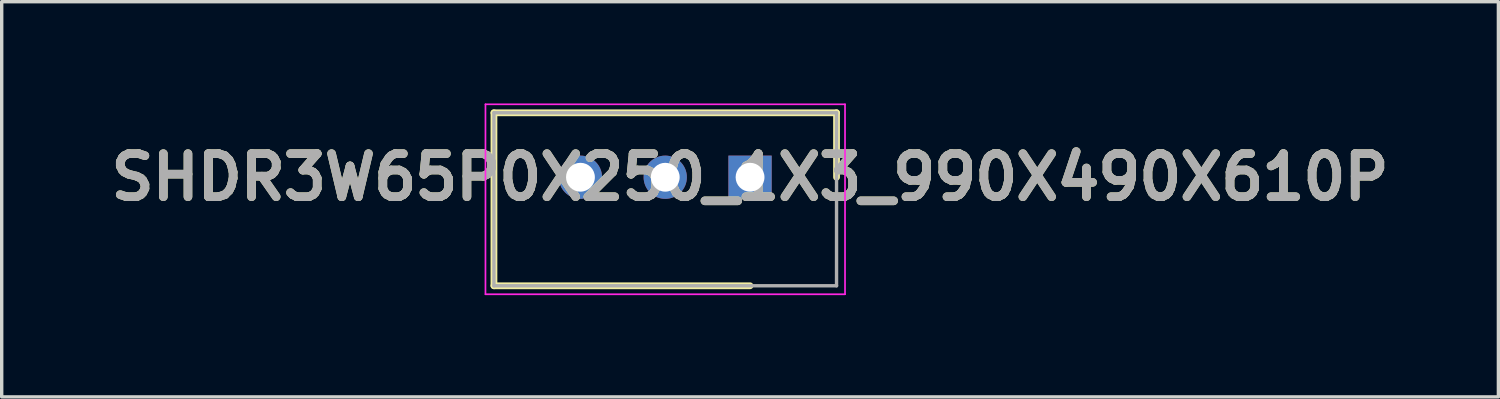
<source format=kicad_pcb>
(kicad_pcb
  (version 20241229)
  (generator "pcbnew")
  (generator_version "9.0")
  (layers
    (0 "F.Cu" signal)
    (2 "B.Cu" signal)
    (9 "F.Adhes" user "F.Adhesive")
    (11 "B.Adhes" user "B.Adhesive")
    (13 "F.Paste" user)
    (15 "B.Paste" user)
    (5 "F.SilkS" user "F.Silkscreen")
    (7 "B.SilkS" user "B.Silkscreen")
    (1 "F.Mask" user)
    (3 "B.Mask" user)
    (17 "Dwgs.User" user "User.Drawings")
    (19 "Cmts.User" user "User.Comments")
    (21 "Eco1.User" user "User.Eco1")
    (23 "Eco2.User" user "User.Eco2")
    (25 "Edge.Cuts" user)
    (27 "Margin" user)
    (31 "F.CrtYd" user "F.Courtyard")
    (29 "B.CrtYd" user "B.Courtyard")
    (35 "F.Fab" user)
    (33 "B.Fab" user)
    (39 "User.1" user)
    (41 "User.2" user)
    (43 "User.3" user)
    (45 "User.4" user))
  (footprint "SHDR3W65P0X250_1X3_990X490X610P"
    (layer "F.Cu")
    (at 19.062 2.175)
    (property "Reference" "SHDR3W65P0X250_1X3_990X490X610P" (at 0 0 0) (layer "F.SilkS") (effects (font (size 1.27 1.27) (thickness 0.254))))
    (attr through_hole)
    (fp_line (start -7.55 -1.9) (end 2.55 -1.9) (stroke (width 0.2) (type solid)) (layer "F.SilkS"))
    (fp_line (start -7.55 3.2) (end -7.55 -1.9) (stroke (width 0.2) (type solid)) (layer "F.SilkS"))
    (fp_line (start 0 3.2) (end -7.55 3.2) (stroke (width 0.2) (type solid)) (layer "F.SilkS"))
    (fp_line (start 2.55 -1.9) (end 2.55 0) (stroke (width 0.2) (type solid)) (layer "F.SilkS"))
    (fp_line (start -7.8 -2.15) (end 2.8 -2.15) (stroke (width 0.05) (type solid)) (layer "F.CrtYd"))
    (fp_line (start -7.8 3.45) (end -7.8 -2.15) (stroke (width 0.05) (type solid)) (layer "F.CrtYd"))
    (fp_line (start 2.8 -2.15) (end 2.8 3.45) (stroke (width 0.05) (type solid)) (layer "F.CrtYd"))
    (fp_line (start 2.8 3.45) (end -7.8 3.45) (stroke (width 0.05) (type solid)) (layer "F.CrtYd"))
    (fp_line (start -7.55 -1.9) (end 2.55 -1.9) (stroke (width 0.1) (type solid)) (layer "F.Fab"))
    (fp_line (start -7.55 3.2) (end -7.55 -1.9) (stroke (width 0.1) (type solid)) (layer "F.Fab"))
    (fp_line (start 2.55 -1.9) (end 2.55 3.2) (stroke (width 0.1) (type solid)) (layer "F.Fab"))
    (fp_line (start 2.55 3.2) (end -7.55 3.2) (stroke (width 0.1) (type solid)) (layer "F.Fab"))
    (fp_text user "${REFERENCE}" (at 0 0 0) (layer "F.Fab") (effects (font (size 1.27 1.27) (thickness 0.254))))
    (pad "1" thru_hole rect (at 0 0) (size 1.275 1.275) (drill 0.85) (layers "*.Cu" "*.Mask"))
    (pad "2" thru_hole circle (at -2.5 0) (size 1.275 1.275) (drill 0.85) (layers "*.Cu" "*.Mask"))
    (pad "3" thru_hole circle (at -5 0) (size 1.275 1.275) (drill 0.85) (layers "*.Cu" "*.Mask")))
  (gr_rect
    (start -3 -3)
    (end 41.124 8.65)
    (stroke (width 0.1) (type default))
    (fill no)
    (layer "Edge.Cuts")))
</source>
